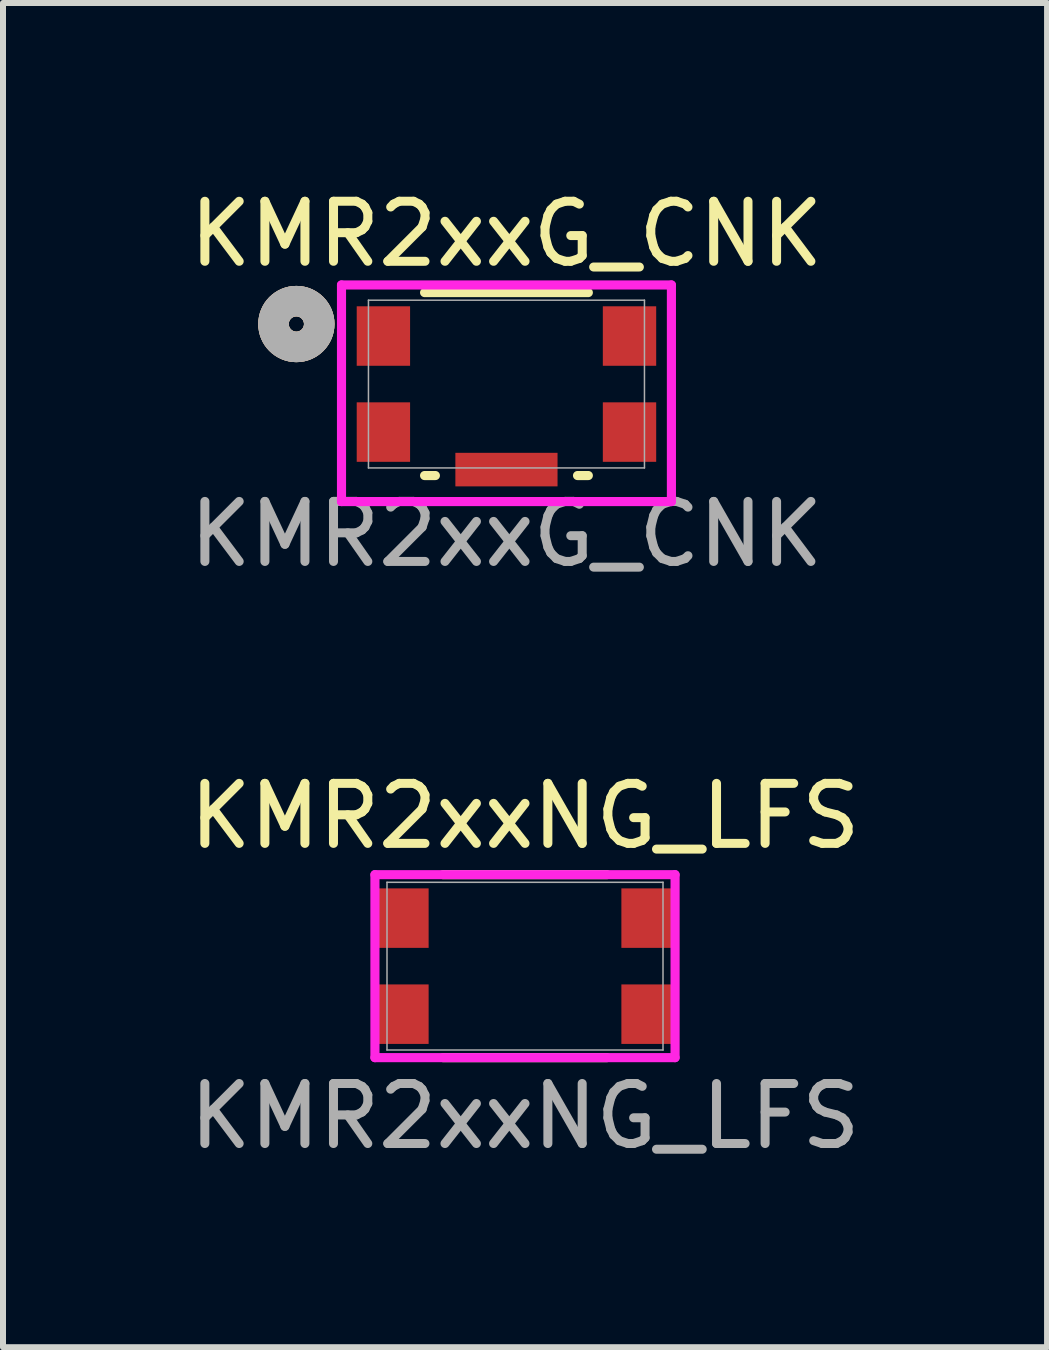
<source format=kicad_pcb>
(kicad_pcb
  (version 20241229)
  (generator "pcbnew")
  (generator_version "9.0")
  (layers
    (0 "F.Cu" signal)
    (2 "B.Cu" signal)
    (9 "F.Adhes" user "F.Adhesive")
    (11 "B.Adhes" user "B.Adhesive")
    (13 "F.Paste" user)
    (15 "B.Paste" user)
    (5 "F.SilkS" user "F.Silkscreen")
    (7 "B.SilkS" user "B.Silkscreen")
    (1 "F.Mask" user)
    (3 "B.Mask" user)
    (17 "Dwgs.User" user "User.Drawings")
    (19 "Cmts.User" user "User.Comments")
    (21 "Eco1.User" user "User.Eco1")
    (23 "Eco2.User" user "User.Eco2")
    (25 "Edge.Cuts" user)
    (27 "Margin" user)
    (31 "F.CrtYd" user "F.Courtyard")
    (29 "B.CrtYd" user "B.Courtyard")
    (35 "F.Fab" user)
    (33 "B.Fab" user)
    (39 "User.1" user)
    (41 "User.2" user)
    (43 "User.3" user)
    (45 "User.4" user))
  (footprint "KMR2xxNG_LFS"
    (layer "F.Cu")
    (at 5.696 13.045)
    (property "Reference" "KMR2xxNG_LFS" (at 0 -2.5 0) (unlocked yes) (layer "F.SilkS") (effects (font (size 1 1) (thickness 0.15))))
    (attr smd)
    (fp_line (start -1.364 1.524) (end 1.364 1.524) (stroke (width 0.152) (type solid)) (layer "F.SilkS"))
    (fp_line (start 1.364 -1.524) (end -1.364 -1.524) (stroke (width 0.152) (type solid)) (layer "F.SilkS"))
    (fp_line (start -2.5 -1.524) (end -2.5 1.524) (stroke (width 0.152) (type solid)) (layer "F.CrtYd"))
    (fp_line (start -2.5 1.524) (end 2.5 1.524) (stroke (width 0.152) (type solid)) (layer "F.CrtYd"))
    (fp_line (start 2.5 -1.524) (end -2.5 -1.524) (stroke (width 0.152) (type solid)) (layer "F.CrtYd"))
    (fp_line (start 2.5 1.524) (end 2.5 -1.524) (stroke (width 0.152) (type solid)) (layer "F.CrtYd"))
    (fp_line (start -2.299 -1.397) (end -2.299 1.397) (stroke (width 0.025) (type solid)) (layer "F.Fab"))
    (fp_line (start -2.299 1.397) (end 2.299 1.397) (stroke (width 0.025) (type solid)) (layer "F.Fab"))
    (fp_line (start 2.299 -1.397) (end -2.299 -1.397) (stroke (width 0.025) (type solid)) (layer "F.Fab"))
    (fp_line (start 2.299 1.397) (end 2.299 -1.397) (stroke (width 0.025) (type solid)) (layer "F.Fab"))
    (fp_text user "${REFERENCE}" (at 0 2.5 0) (unlocked yes) (layer "F.Fab") (effects (font (size 1 1) (thickness 0.15))))
    (pad "1" smd rect (at -2.05 -0.8) (size 0.889 0.991) (layers "F.Cu" "F.Mask" "F.Paste"))
    (pad "2" smd rect (at -2.05 0.8) (size 0.889 0.991) (layers "F.Cu" "F.Mask" "F.Paste"))
    (pad "3" smd rect (at 2.05 -0.8) (size 0.889 0.991) (layers "F.Cu" "F.Mask" "F.Paste"))
    (pad "4" smd rect (at 2.05 0.8) (size 0.889 0.991) (layers "F.Cu" "F.Mask" "F.Paste")))
  (footprint "KMR2xxG_CNK"
    (layer "F.Cu")
    (at 5.387 3.348)
    (property "Reference" "KMR2xxG_CNK" (at 0 -2.5 0) (unlocked yes) (layer "F.SilkS") (effects (font (size 1 1) (thickness 0.15))))
    (attr smd)
    (fp_line (start -1.364 1.524) (end -1.184 1.524) (stroke (width 0.152) (type solid)) (layer "F.SilkS"))
    (fp_line (start 1.184 1.524) (end 1.364 1.524) (stroke (width 0.152) (type solid)) (layer "F.SilkS"))
    (fp_line (start 1.364 -1.524) (end -1.364 -1.524) (stroke (width 0.152) (type solid)) (layer "F.SilkS"))
    (fp_circle (center -3.5 -1) (end -3.119 -1) (stroke (width 0.508) (type solid)) (fill no) (layer "F.SilkS"))
    (fp_circle (center -3.5 -1) (end -3.119 -1) (stroke (width 0.508) (type solid)) (fill no) (layer "B.SilkS"))
    (fp_line (start -2.748 -1.651) (end -2.748 1.958) (stroke (width 0.152) (type solid)) (layer "F.CrtYd"))
    (fp_line (start -2.748 1.958) (end 2.748 1.958) (stroke (width 0.152) (type solid)) (layer "F.CrtYd"))
    (fp_line (start 2.748 -1.651) (end -2.748 -1.651) (stroke (width 0.152) (type solid)) (layer "F.CrtYd"))
    (fp_line (start 2.748 1.958) (end 2.748 -1.651) (stroke (width 0.152) (type solid)) (layer "F.CrtYd"))
    (fp_line (start -2.299 -1.397) (end -2.299 1.397) (stroke (width 0.025) (type solid)) (layer "F.Fab"))
    (fp_line (start -2.299 1.397) (end 2.299 1.397) (stroke (width 0.025) (type solid)) (layer "F.Fab"))
    (fp_line (start 2.299 -1.397) (end -2.299 -1.397) (stroke (width 0.025) (type solid)) (layer "F.Fab"))
    (fp_line (start 2.299 1.397) (end 2.299 -1.397) (stroke (width 0.025) (type solid)) (layer "F.Fab"))
    (fp_circle (center -3.5 -1) (end -3.119 -1) (stroke (width 0.508) (type solid)) (fill no) (layer "F.Fab"))
    (fp_text user "${REFERENCE}" (at 0 2.5 0) (unlocked yes) (layer "F.Fab") (effects (font (size 1 1) (thickness 0.15))))
    (pad "1" smd rect (at -2.05 -0.8) (size 0.889 0.991) (layers "F.Cu" "F.Mask" "F.Paste"))
    (pad "2" smd rect (at 2.05 -0.8) (size 0.889 0.991) (layers "F.Cu" "F.Mask" "F.Paste"))
    (pad "3" smd rect (at -2.05 0.8) (size 0.889 0.991) (layers "F.Cu" "F.Mask" "F.Paste"))
    (pad "4" smd rect (at 2.05 0.8) (size 0.889 0.991) (layers "F.Cu" "F.Mask" "F.Paste"))
    (pad "5" smd rect (at 0 1.425) (size 1.702 0.559) (layers "F.Cu" "F.Mask" "F.Paste")))
  (gr_rect
    (start -3 -3)
    (end 14.393 19.393)
    (stroke (width 0.1) (type default))
    (fill no)
    (layer "Edge.Cuts")))
</source>
